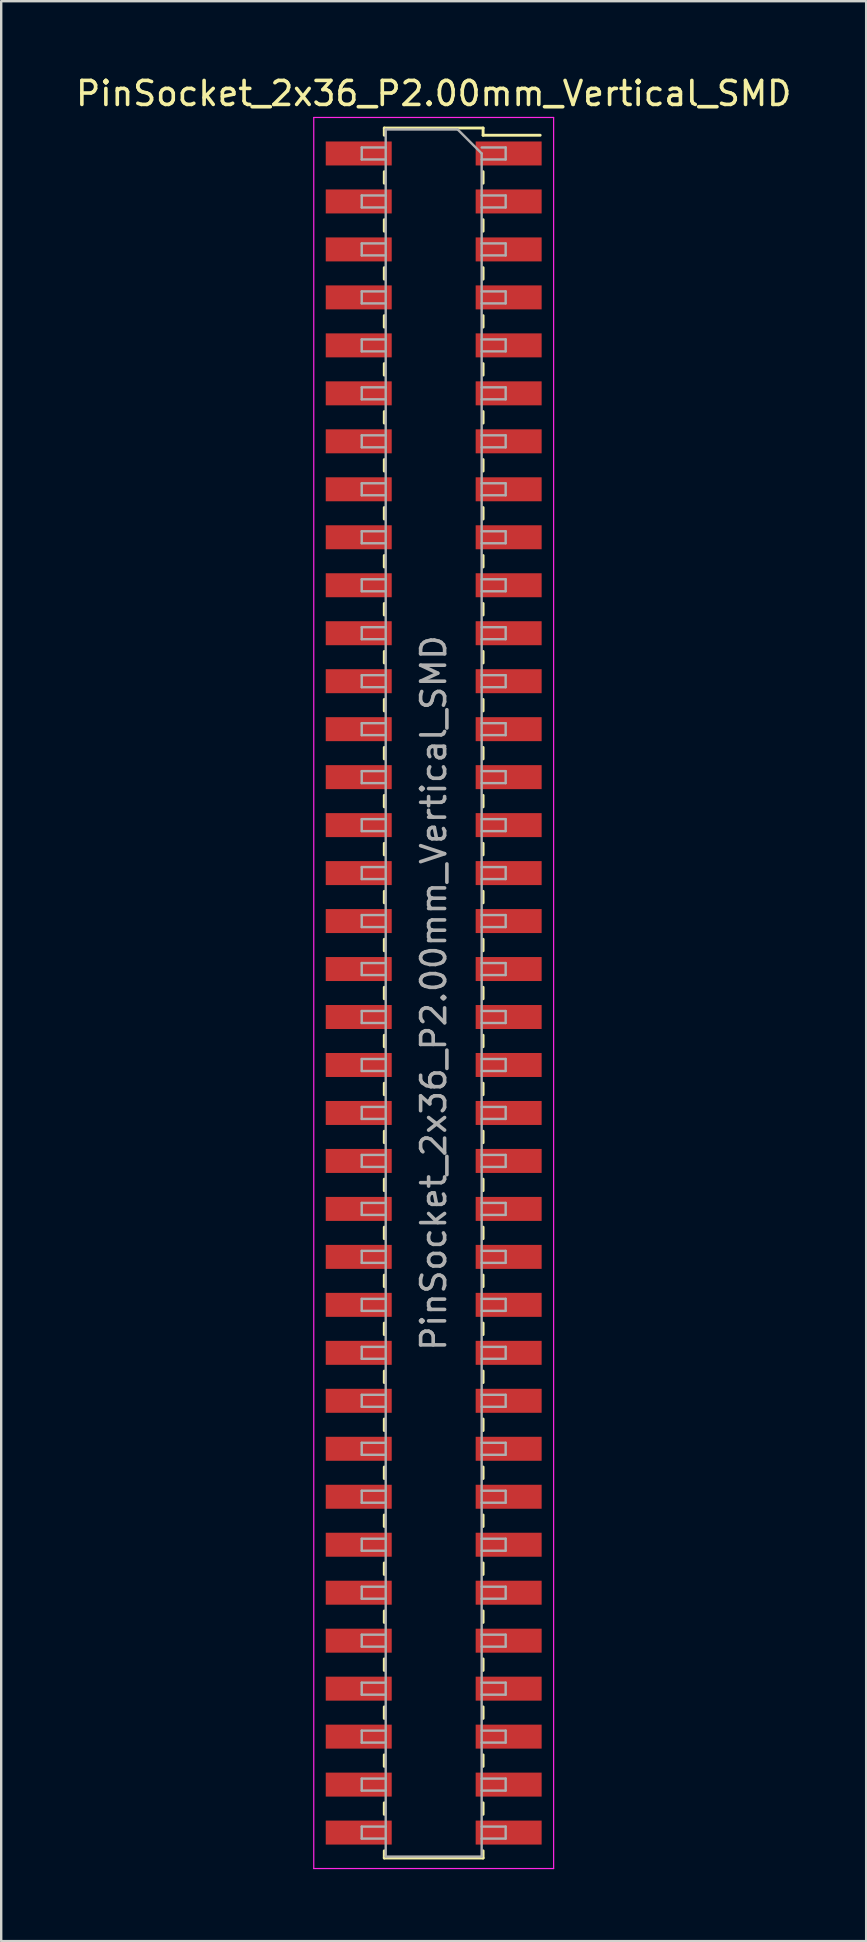
<source format=kicad_pcb>
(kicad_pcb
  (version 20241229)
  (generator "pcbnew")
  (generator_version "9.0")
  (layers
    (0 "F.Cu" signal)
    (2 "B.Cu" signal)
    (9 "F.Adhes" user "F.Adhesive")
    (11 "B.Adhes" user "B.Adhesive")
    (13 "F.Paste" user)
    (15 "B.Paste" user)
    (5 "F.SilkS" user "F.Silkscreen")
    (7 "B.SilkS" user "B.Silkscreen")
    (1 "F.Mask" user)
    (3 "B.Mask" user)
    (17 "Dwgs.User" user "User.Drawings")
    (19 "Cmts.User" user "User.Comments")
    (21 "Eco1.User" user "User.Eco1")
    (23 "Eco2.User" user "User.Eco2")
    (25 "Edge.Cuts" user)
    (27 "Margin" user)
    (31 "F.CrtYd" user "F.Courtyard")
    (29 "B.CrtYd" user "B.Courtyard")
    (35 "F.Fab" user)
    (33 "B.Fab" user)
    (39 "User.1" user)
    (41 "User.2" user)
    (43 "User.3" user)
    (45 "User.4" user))
  (footprint "PinSocket_2x36_P2.00mm_Vertical_SMD"
    (layer "F.Cu")
    (at 15.03 38.348)
    (property "Reference" "PinSocket_2x36_P2.00mm_Vertical_SMD" (at 0 -37.5 0) (layer "F.SilkS") (effects (font (size 1 1) (thickness 0.15))))
    (attr smd)
    (fp_line (start -2.06 -36.06) (end -2.06 -35.76) (stroke (width 0.12) (type solid)) (layer "F.SilkS"))
    (fp_line (start -2.06 -36.06) (end 2.06 -36.06) (stroke (width 0.12) (type solid)) (layer "F.SilkS"))
    (fp_line (start -2.06 -34.24) (end -2.06 -33.76) (stroke (width 0.12) (type solid)) (layer "F.SilkS"))
    (fp_line (start -2.06 -32.24) (end -2.06 -31.76) (stroke (width 0.12) (type solid)) (layer "F.SilkS"))
    (fp_line (start -2.06 -30.24) (end -2.06 -29.76) (stroke (width 0.12) (type solid)) (layer "F.SilkS"))
    (fp_line (start -2.06 -28.24) (end -2.06 -27.76) (stroke (width 0.12) (type solid)) (layer "F.SilkS"))
    (fp_line (start -2.06 -26.24) (end -2.06 -25.76) (stroke (width 0.12) (type solid)) (layer "F.SilkS"))
    (fp_line (start -2.06 -24.24) (end -2.06 -23.76) (stroke (width 0.12) (type solid)) (layer "F.SilkS"))
    (fp_line (start -2.06 -22.24) (end -2.06 -21.76) (stroke (width 0.12) (type solid)) (layer "F.SilkS"))
    (fp_line (start -2.06 -20.24) (end -2.06 -19.76) (stroke (width 0.12) (type solid)) (layer "F.SilkS"))
    (fp_line (start -2.06 -18.24) (end -2.06 -17.76) (stroke (width 0.12) (type solid)) (layer "F.SilkS"))
    (fp_line (start -2.06 -16.24) (end -2.06 -15.76) (stroke (width 0.12) (type solid)) (layer "F.SilkS"))
    (fp_line (start -2.06 -14.24) (end -2.06 -13.76) (stroke (width 0.12) (type solid)) (layer "F.SilkS"))
    (fp_line (start -2.06 -12.24) (end -2.06 -11.76) (stroke (width 0.12) (type solid)) (layer "F.SilkS"))
    (fp_line (start -2.06 -10.24) (end -2.06 -9.76) (stroke (width 0.12) (type solid)) (layer "F.SilkS"))
    (fp_line (start -2.06 -8.24) (end -2.06 -7.76) (stroke (width 0.12) (type solid)) (layer "F.SilkS"))
    (fp_line (start -2.06 -6.24) (end -2.06 -5.76) (stroke (width 0.12) (type solid)) (layer "F.SilkS"))
    (fp_line (start -2.06 -4.24) (end -2.06 -3.76) (stroke (width 0.12) (type solid)) (layer "F.SilkS"))
    (fp_line (start -2.06 -2.24) (end -2.06 -1.76) (stroke (width 0.12) (type solid)) (layer "F.SilkS"))
    (fp_line (start -2.06 -0.24) (end -2.06 0.24) (stroke (width 0.12) (type solid)) (layer "F.SilkS"))
    (fp_line (start -2.06 1.76) (end -2.06 2.24) (stroke (width 0.12) (type solid)) (layer "F.SilkS"))
    (fp_line (start -2.06 3.76) (end -2.06 4.24) (stroke (width 0.12) (type solid)) (layer "F.SilkS"))
    (fp_line (start -2.06 5.76) (end -2.06 6.24) (stroke (width 0.12) (type solid)) (layer "F.SilkS"))
    (fp_line (start -2.06 7.76) (end -2.06 8.24) (stroke (width 0.12) (type solid)) (layer "F.SilkS"))
    (fp_line (start -2.06 9.76) (end -2.06 10.24) (stroke (width 0.12) (type solid)) (layer "F.SilkS"))
    (fp_line (start -2.06 11.76) (end -2.06 12.24) (stroke (width 0.12) (type solid)) (layer "F.SilkS"))
    (fp_line (start -2.06 13.76) (end -2.06 14.24) (stroke (width 0.12) (type solid)) (layer "F.SilkS"))
    (fp_line (start -2.06 15.76) (end -2.06 16.24) (stroke (width 0.12) (type solid)) (layer "F.SilkS"))
    (fp_line (start -2.06 17.76) (end -2.06 18.24) (stroke (width 0.12) (type solid)) (layer "F.SilkS"))
    (fp_line (start -2.06 19.76) (end -2.06 20.24) (stroke (width 0.12) (type solid)) (layer "F.SilkS"))
    (fp_line (start -2.06 21.76) (end -2.06 22.24) (stroke (width 0.12) (type solid)) (layer "F.SilkS"))
    (fp_line (start -2.06 23.76) (end -2.06 24.24) (stroke (width 0.12) (type solid)) (layer "F.SilkS"))
    (fp_line (start -2.06 25.76) (end -2.06 26.24) (stroke (width 0.12) (type solid)) (layer "F.SilkS"))
    (fp_line (start -2.06 27.76) (end -2.06 28.24) (stroke (width 0.12) (type solid)) (layer "F.SilkS"))
    (fp_line (start -2.06 29.76) (end -2.06 30.24) (stroke (width 0.12) (type solid)) (layer "F.SilkS"))
    (fp_line (start -2.06 31.76) (end -2.06 32.24) (stroke (width 0.12) (type solid)) (layer "F.SilkS"))
    (fp_line (start -2.06 33.76) (end -2.06 34.24) (stroke (width 0.12) (type solid)) (layer "F.SilkS"))
    (fp_line (start -2.06 35.76) (end -2.06 36.06) (stroke (width 0.12) (type solid)) (layer "F.SilkS"))
    (fp_line (start -2.06 36.06) (end 2.06 36.06) (stroke (width 0.12) (type solid)) (layer "F.SilkS"))
    (fp_line (start 2.06 -36.06) (end 2.06 -35.76) (stroke (width 0.12) (type solid)) (layer "F.SilkS"))
    (fp_line (start 2.06 -35.76) (end 4.44 -35.76) (stroke (width 0.12) (type solid)) (layer "F.SilkS"))
    (fp_line (start 2.06 -34.24) (end 2.06 -33.76) (stroke (width 0.12) (type solid)) (layer "F.SilkS"))
    (fp_line (start 2.06 -32.24) (end 2.06 -31.76) (stroke (width 0.12) (type solid)) (layer "F.SilkS"))
    (fp_line (start 2.06 -30.24) (end 2.06 -29.76) (stroke (width 0.12) (type solid)) (layer "F.SilkS"))
    (fp_line (start 2.06 -28.24) (end 2.06 -27.76) (stroke (width 0.12) (type solid)) (layer "F.SilkS"))
    (fp_line (start 2.06 -26.24) (end 2.06 -25.76) (stroke (width 0.12) (type solid)) (layer "F.SilkS"))
    (fp_line (start 2.06 -24.24) (end 2.06 -23.76) (stroke (width 0.12) (type solid)) (layer "F.SilkS"))
    (fp_line (start 2.06 -22.24) (end 2.06 -21.76) (stroke (width 0.12) (type solid)) (layer "F.SilkS"))
    (fp_line (start 2.06 -20.24) (end 2.06 -19.76) (stroke (width 0.12) (type solid)) (layer "F.SilkS"))
    (fp_line (start 2.06 -18.24) (end 2.06 -17.76) (stroke (width 0.12) (type solid)) (layer "F.SilkS"))
    (fp_line (start 2.06 -16.24) (end 2.06 -15.76) (stroke (width 0.12) (type solid)) (layer "F.SilkS"))
    (fp_line (start 2.06 -14.24) (end 2.06 -13.76) (stroke (width 0.12) (type solid)) (layer "F.SilkS"))
    (fp_line (start 2.06 -12.24) (end 2.06 -11.76) (stroke (width 0.12) (type solid)) (layer "F.SilkS"))
    (fp_line (start 2.06 -10.24) (end 2.06 -9.76) (stroke (width 0.12) (type solid)) (layer "F.SilkS"))
    (fp_line (start 2.06 -8.24) (end 2.06 -7.76) (stroke (width 0.12) (type solid)) (layer "F.SilkS"))
    (fp_line (start 2.06 -6.24) (end 2.06 -5.76) (stroke (width 0.12) (type solid)) (layer "F.SilkS"))
    (fp_line (start 2.06 -4.24) (end 2.06 -3.76) (stroke (width 0.12) (type solid)) (layer "F.SilkS"))
    (fp_line (start 2.06 -2.24) (end 2.06 -1.76) (stroke (width 0.12) (type solid)) (layer "F.SilkS"))
    (fp_line (start 2.06 -0.24) (end 2.06 0.24) (stroke (width 0.12) (type solid)) (layer "F.SilkS"))
    (fp_line (start 2.06 1.76) (end 2.06 2.24) (stroke (width 0.12) (type solid)) (layer "F.SilkS"))
    (fp_line (start 2.06 3.76) (end 2.06 4.24) (stroke (width 0.12) (type solid)) (layer "F.SilkS"))
    (fp_line (start 2.06 5.76) (end 2.06 6.24) (stroke (width 0.12) (type solid)) (layer "F.SilkS"))
    (fp_line (start 2.06 7.76) (end 2.06 8.24) (stroke (width 0.12) (type solid)) (layer "F.SilkS"))
    (fp_line (start 2.06 9.76) (end 2.06 10.24) (stroke (width 0.12) (type solid)) (layer "F.SilkS"))
    (fp_line (start 2.06 11.76) (end 2.06 12.24) (stroke (width 0.12) (type solid)) (layer "F.SilkS"))
    (fp_line (start 2.06 13.76) (end 2.06 14.24) (stroke (width 0.12) (type solid)) (layer "F.SilkS"))
    (fp_line (start 2.06 15.76) (end 2.06 16.24) (stroke (width 0.12) (type solid)) (layer "F.SilkS"))
    (fp_line (start 2.06 17.76) (end 2.06 18.24) (stroke (width 0.12) (type solid)) (layer "F.SilkS"))
    (fp_line (start 2.06 19.76) (end 2.06 20.24) (stroke (width 0.12) (type solid)) (layer "F.SilkS"))
    (fp_line (start 2.06 21.76) (end 2.06 22.24) (stroke (width 0.12) (type solid)) (layer "F.SilkS"))
    (fp_line (start 2.06 23.76) (end 2.06 24.24) (stroke (width 0.12) (type solid)) (layer "F.SilkS"))
    (fp_line (start 2.06 25.76) (end 2.06 26.24) (stroke (width 0.12) (type solid)) (layer "F.SilkS"))
    (fp_line (start 2.06 27.76) (end 2.06 28.24) (stroke (width 0.12) (type solid)) (layer "F.SilkS"))
    (fp_line (start 2.06 29.76) (end 2.06 30.24) (stroke (width 0.12) (type solid)) (layer "F.SilkS"))
    (fp_line (start 2.06 31.76) (end 2.06 32.24) (stroke (width 0.12) (type solid)) (layer "F.SilkS"))
    (fp_line (start 2.06 33.76) (end 2.06 34.24) (stroke (width 0.12) (type solid)) (layer "F.SilkS"))
    (fp_line (start 2.06 35.76) (end 2.06 36.06) (stroke (width 0.12) (type solid)) (layer "F.SilkS"))
    (fp_line (start -5 -36.5) (end 5 -36.5) (stroke (width 0.05) (type solid)) (layer "F.CrtYd"))
    (fp_line (start -5 36.5) (end -5 -36.5) (stroke (width 0.05) (type solid)) (layer "F.CrtYd"))
    (fp_line (start 5 -36.5) (end 5 36.5) (stroke (width 0.05) (type solid)) (layer "F.CrtYd"))
    (fp_line (start 5 36.5) (end -5 36.5) (stroke (width 0.05) (type solid)) (layer "F.CrtYd"))
    (fp_line (start -3 -35.25) (end -2 -35.25) (stroke (width 0.1) (type solid)) (layer "F.Fab"))
    (fp_line (start -3 -34.75) (end -3 -35.25) (stroke (width 0.1) (type solid)) (layer "F.Fab"))
    (fp_line (start -3 -33.25) (end -2 -33.25) (stroke (width 0.1) (type solid)) (layer "F.Fab"))
    (fp_line (start -3 -32.75) (end -3 -33.25) (stroke (width 0.1) (type solid)) (layer "F.Fab"))
    (fp_line (start -3 -31.25) (end -2 -31.25) (stroke (width 0.1) (type solid)) (layer "F.Fab"))
    (fp_line (start -3 -30.75) (end -3 -31.25) (stroke (width 0.1) (type solid)) (layer "F.Fab"))
    (fp_line (start -3 -29.25) (end -2 -29.25) (stroke (width 0.1) (type solid)) (layer "F.Fab"))
    (fp_line (start -3 -28.75) (end -3 -29.25) (stroke (width 0.1) (type solid)) (layer "F.Fab"))
    (fp_line (start -3 -27.25) (end -2 -27.25) (stroke (width 0.1) (type solid)) (layer "F.Fab"))
    (fp_line (start -3 -26.75) (end -3 -27.25) (stroke (width 0.1) (type solid)) (layer "F.Fab"))
    (fp_line (start -3 -25.25) (end -2 -25.25) (stroke (width 0.1) (type solid)) (layer "F.Fab"))
    (fp_line (start -3 -24.75) (end -3 -25.25) (stroke (width 0.1) (type solid)) (layer "F.Fab"))
    (fp_line (start -3 -23.25) (end -2 -23.25) (stroke (width 0.1) (type solid)) (layer "F.Fab"))
    (fp_line (start -3 -22.75) (end -3 -23.25) (stroke (width 0.1) (type solid)) (layer "F.Fab"))
    (fp_line (start -3 -21.25) (end -2 -21.25) (stroke (width 0.1) (type solid)) (layer "F.Fab"))
    (fp_line (start -3 -20.75) (end -3 -21.25) (stroke (width 0.1) (type solid)) (layer "F.Fab"))
    (fp_line (start -3 -19.25) (end -2 -19.25) (stroke (width 0.1) (type solid)) (layer "F.Fab"))
    (fp_line (start -3 -18.75) (end -3 -19.25) (stroke (width 0.1) (type solid)) (layer "F.Fab"))
    (fp_line (start -3 -17.25) (end -2 -17.25) (stroke (width 0.1) (type solid)) (layer "F.Fab"))
    (fp_line (start -3 -16.75) (end -3 -17.25) (stroke (width 0.1) (type solid)) (layer "F.Fab"))
    (fp_line (start -3 -15.25) (end -2 -15.25) (stroke (width 0.1) (type solid)) (layer "F.Fab"))
    (fp_line (start -3 -14.75) (end -3 -15.25) (stroke (width 0.1) (type solid)) (layer "F.Fab"))
    (fp_line (start -3 -13.25) (end -2 -13.25) (stroke (width 0.1) (type solid)) (layer "F.Fab"))
    (fp_line (start -3 -12.75) (end -3 -13.25) (stroke (width 0.1) (type solid)) (layer "F.Fab"))
    (fp_line (start -3 -11.25) (end -2 -11.25) (stroke (width 0.1) (type solid)) (layer "F.Fab"))
    (fp_line (start -3 -10.75) (end -3 -11.25) (stroke (width 0.1) (type solid)) (layer "F.Fab"))
    (fp_line (start -3 -9.25) (end -2 -9.25) (stroke (width 0.1) (type solid)) (layer "F.Fab"))
    (fp_line (start -3 -8.75) (end -3 -9.25) (stroke (width 0.1) (type solid)) (layer "F.Fab"))
    (fp_line (start -3 -7.25) (end -2 -7.25) (stroke (width 0.1) (type solid)) (layer "F.Fab"))
    (fp_line (start -3 -6.75) (end -3 -7.25) (stroke (width 0.1) (type solid)) (layer "F.Fab"))
    (fp_line (start -3 -5.25) (end -2 -5.25) (stroke (width 0.1) (type solid)) (layer "F.Fab"))
    (fp_line (start -3 -4.75) (end -3 -5.25) (stroke (width 0.1) (type solid)) (layer "F.Fab"))
    (fp_line (start -3 -3.25) (end -2 -3.25) (stroke (width 0.1) (type solid)) (layer "F.Fab"))
    (fp_line (start -3 -2.75) (end -3 -3.25) (stroke (width 0.1) (type solid)) (layer "F.Fab"))
    (fp_line (start -3 -1.25) (end -2 -1.25) (stroke (width 0.1) (type solid)) (layer "F.Fab"))
    (fp_line (start -3 -0.75) (end -3 -1.25) (stroke (width 0.1) (type solid)) (layer "F.Fab"))
    (fp_line (start -3 0.75) (end -2 0.75) (stroke (width 0.1) (type solid)) (layer "F.Fab"))
    (fp_line (start -3 1.25) (end -3 0.75) (stroke (width 0.1) (type solid)) (layer "F.Fab"))
    (fp_line (start -3 2.75) (end -2 2.75) (stroke (width 0.1) (type solid)) (layer "F.Fab"))
    (fp_line (start -3 3.25) (end -3 2.75) (stroke (width 0.1) (type solid)) (layer "F.Fab"))
    (fp_line (start -3 4.75) (end -2 4.75) (stroke (width 0.1) (type solid)) (layer "F.Fab"))
    (fp_line (start -3 5.25) (end -3 4.75) (stroke (width 0.1) (type solid)) (layer "F.Fab"))
    (fp_line (start -3 6.75) (end -2 6.75) (stroke (width 0.1) (type solid)) (layer "F.Fab"))
    (fp_line (start -3 7.25) (end -3 6.75) (stroke (width 0.1) (type solid)) (layer "F.Fab"))
    (fp_line (start -3 8.75) (end -2 8.75) (stroke (width 0.1) (type solid)) (layer "F.Fab"))
    (fp_line (start -3 9.25) (end -3 8.75) (stroke (width 0.1) (type solid)) (layer "F.Fab"))
    (fp_line (start -3 10.75) (end -2 10.75) (stroke (width 0.1) (type solid)) (layer "F.Fab"))
    (fp_line (start -3 11.25) (end -3 10.75) (stroke (width 0.1) (type solid)) (layer "F.Fab"))
    (fp_line (start -3 12.75) (end -2 12.75) (stroke (width 0.1) (type solid)) (layer "F.Fab"))
    (fp_line (start -3 13.25) (end -3 12.75) (stroke (width 0.1) (type solid)) (layer "F.Fab"))
    (fp_line (start -3 14.75) (end -2 14.75) (stroke (width 0.1) (type solid)) (layer "F.Fab"))
    (fp_line (start -3 15.25) (end -3 14.75) (stroke (width 0.1) (type solid)) (layer "F.Fab"))
    (fp_line (start -3 16.75) (end -2 16.75) (stroke (width 0.1) (type solid)) (layer "F.Fab"))
    (fp_line (start -3 17.25) (end -3 16.75) (stroke (width 0.1) (type solid)) (layer "F.Fab"))
    (fp_line (start -3 18.75) (end -2 18.75) (stroke (width 0.1) (type solid)) (layer "F.Fab"))
    (fp_line (start -3 19.25) (end -3 18.75) (stroke (width 0.1) (type solid)) (layer "F.Fab"))
    (fp_line (start -3 20.75) (end -2 20.75) (stroke (width 0.1) (type solid)) (layer "F.Fab"))
    (fp_line (start -3 21.25) (end -3 20.75) (stroke (width 0.1) (type solid)) (layer "F.Fab"))
    (fp_line (start -3 22.75) (end -2 22.75) (stroke (width 0.1) (type solid)) (layer "F.Fab"))
    (fp_line (start -3 23.25) (end -3 22.75) (stroke (width 0.1) (type solid)) (layer "F.Fab"))
    (fp_line (start -3 24.75) (end -2 24.75) (stroke (width 0.1) (type solid)) (layer "F.Fab"))
    (fp_line (start -3 25.25) (end -3 24.75) (stroke (width 0.1) (type solid)) (layer "F.Fab"))
    (fp_line (start -3 26.75) (end -2 26.75) (stroke (width 0.1) (type solid)) (layer "F.Fab"))
    (fp_line (start -3 27.25) (end -3 26.75) (stroke (width 0.1) (type solid)) (layer "F.Fab"))
    (fp_line (start -3 28.75) (end -2 28.75) (stroke (width 0.1) (type solid)) (layer "F.Fab"))
    (fp_line (start -3 29.25) (end -3 28.75) (stroke (width 0.1) (type solid)) (layer "F.Fab"))
    (fp_line (start -3 30.75) (end -2 30.75) (stroke (width 0.1) (type solid)) (layer "F.Fab"))
    (fp_line (start -3 31.25) (end -3 30.75) (stroke (width 0.1) (type solid)) (layer "F.Fab"))
    (fp_line (start -3 32.75) (end -2 32.75) (stroke (width 0.1) (type solid)) (layer "F.Fab"))
    (fp_line (start -3 33.25) (end -3 32.75) (stroke (width 0.1) (type solid)) (layer "F.Fab"))
    (fp_line (start -3 34.75) (end -2 34.75) (stroke (width 0.1) (type solid)) (layer "F.Fab"))
    (fp_line (start -3 35.25) (end -3 34.75) (stroke (width 0.1) (type solid)) (layer "F.Fab"))
    (fp_line (start -2 -36) (end 1 -36) (stroke (width 0.1) (type solid)) (layer "F.Fab"))
    (fp_line (start -2 -34.75) (end -3 -34.75) (stroke (width 0.1) (type solid)) (layer "F.Fab"))
    (fp_line (start -2 -32.75) (end -3 -32.75) (stroke (width 0.1) (type solid)) (layer "F.Fab"))
    (fp_line (start -2 -30.75) (end -3 -30.75) (stroke (width 0.1) (type solid)) (layer "F.Fab"))
    (fp_line (start -2 -28.75) (end -3 -28.75) (stroke (width 0.1) (type solid)) (layer "F.Fab"))
    (fp_line (start -2 -26.75) (end -3 -26.75) (stroke (width 0.1) (type solid)) (layer "F.Fab"))
    (fp_line (start -2 -24.75) (end -3 -24.75) (stroke (width 0.1) (type solid)) (layer "F.Fab"))
    (fp_line (start -2 -22.75) (end -3 -22.75) (stroke (width 0.1) (type solid)) (layer "F.Fab"))
    (fp_line (start -2 -20.75) (end -3 -20.75) (stroke (width 0.1) (type solid)) (layer "F.Fab"))
    (fp_line (start -2 -18.75) (end -3 -18.75) (stroke (width 0.1) (type solid)) (layer "F.Fab"))
    (fp_line (start -2 -16.75) (end -3 -16.75) (stroke (width 0.1) (type solid)) (layer "F.Fab"))
    (fp_line (start -2 -14.75) (end -3 -14.75) (stroke (width 0.1) (type solid)) (layer "F.Fab"))
    (fp_line (start -2 -12.75) (end -3 -12.75) (stroke (width 0.1) (type solid)) (layer "F.Fab"))
    (fp_line (start -2 -10.75) (end -3 -10.75) (stroke (width 0.1) (type solid)) (layer "F.Fab"))
    (fp_line (start -2 -8.75) (end -3 -8.75) (stroke (width 0.1) (type solid)) (layer "F.Fab"))
    (fp_line (start -2 -6.75) (end -3 -6.75) (stroke (width 0.1) (type solid)) (layer "F.Fab"))
    (fp_line (start -2 -4.75) (end -3 -4.75) (stroke (width 0.1) (type solid)) (layer "F.Fab"))
    (fp_line (start -2 -2.75) (end -3 -2.75) (stroke (width 0.1) (type solid)) (layer "F.Fab"))
    (fp_line (start -2 -0.75) (end -3 -0.75) (stroke (width 0.1) (type solid)) (layer "F.Fab"))
    (fp_line (start -2 1.25) (end -3 1.25) (stroke (width 0.1) (type solid)) (layer "F.Fab"))
    (fp_line (start -2 3.25) (end -3 3.25) (stroke (width 0.1) (type solid)) (layer "F.Fab"))
    (fp_line (start -2 5.25) (end -3 5.25) (stroke (width 0.1) (type solid)) (layer "F.Fab"))
    (fp_line (start -2 7.25) (end -3 7.25) (stroke (width 0.1) (type solid)) (layer "F.Fab"))
    (fp_line (start -2 9.25) (end -3 9.25) (stroke (width 0.1) (type solid)) (layer "F.Fab"))
    (fp_line (start -2 11.25) (end -3 11.25) (stroke (width 0.1) (type solid)) (layer "F.Fab"))
    (fp_line (start -2 13.25) (end -3 13.25) (stroke (width 0.1) (type solid)) (layer "F.Fab"))
    (fp_line (start -2 15.25) (end -3 15.25) (stroke (width 0.1) (type solid)) (layer "F.Fab"))
    (fp_line (start -2 17.25) (end -3 17.25) (stroke (width 0.1) (type solid)) (layer "F.Fab"))
    (fp_line (start -2 19.25) (end -3 19.25) (stroke (width 0.1) (type solid)) (layer "F.Fab"))
    (fp_line (start -2 21.25) (end -3 21.25) (stroke (width 0.1) (type solid)) (layer "F.Fab"))
    (fp_line (start -2 23.25) (end -3 23.25) (stroke (width 0.1) (type solid)) (layer "F.Fab"))
    (fp_line (start -2 25.25) (end -3 25.25) (stroke (width 0.1) (type solid)) (layer "F.Fab"))
    (fp_line (start -2 27.25) (end -3 27.25) (stroke (width 0.1) (type solid)) (layer "F.Fab"))
    (fp_line (start -2 29.25) (end -3 29.25) (stroke (width 0.1) (type solid)) (layer "F.Fab"))
    (fp_line (start -2 31.25) (end -3 31.25) (stroke (width 0.1) (type solid)) (layer "F.Fab"))
    (fp_line (start -2 33.25) (end -3 33.25) (stroke (width 0.1) (type solid)) (layer "F.Fab"))
    (fp_line (start -2 35.25) (end -3 35.25) (stroke (width 0.1) (type solid)) (layer "F.Fab"))
    (fp_line (start -2 36) (end -2 -36) (stroke (width 0.1) (type solid)) (layer "F.Fab"))
    (fp_line (start 1 -36) (end 2 -35) (stroke (width 0.1) (type solid)) (layer "F.Fab"))
    (fp_line (start 2 -35.25) (end 3 -35.25) (stroke (width 0.1) (type solid)) (layer "F.Fab"))
    (fp_line (start 2 -35) (end 2 36) (stroke (width 0.1) (type solid)) (layer "F.Fab"))
    (fp_line (start 2 -33.25) (end 3 -33.25) (stroke (width 0.1) (type solid)) (layer "F.Fab"))
    (fp_line (start 2 -31.25) (end 3 -31.25) (stroke (width 0.1) (type solid)) (layer "F.Fab"))
    (fp_line (start 2 -29.25) (end 3 -29.25) (stroke (width 0.1) (type solid)) (layer "F.Fab"))
    (fp_line (start 2 -27.25) (end 3 -27.25) (stroke (width 0.1) (type solid)) (layer "F.Fab"))
    (fp_line (start 2 -25.25) (end 3 -25.25) (stroke (width 0.1) (type solid)) (layer "F.Fab"))
    (fp_line (start 2 -23.25) (end 3 -23.25) (stroke (width 0.1) (type solid)) (layer "F.Fab"))
    (fp_line (start 2 -21.25) (end 3 -21.25) (stroke (width 0.1) (type solid)) (layer "F.Fab"))
    (fp_line (start 2 -19.25) (end 3 -19.25) (stroke (width 0.1) (type solid)) (layer "F.Fab"))
    (fp_line (start 2 -17.25) (end 3 -17.25) (stroke (width 0.1) (type solid)) (layer "F.Fab"))
    (fp_line (start 2 -15.25) (end 3 -15.25) (stroke (width 0.1) (type solid)) (layer "F.Fab"))
    (fp_line (start 2 -13.25) (end 3 -13.25) (stroke (width 0.1) (type solid)) (layer "F.Fab"))
    (fp_line (start 2 -11.25) (end 3 -11.25) (stroke (width 0.1) (type solid)) (layer "F.Fab"))
    (fp_line (start 2 -9.25) (end 3 -9.25) (stroke (width 0.1) (type solid)) (layer "F.Fab"))
    (fp_line (start 2 -7.25) (end 3 -7.25) (stroke (width 0.1) (type solid)) (layer "F.Fab"))
    (fp_line (start 2 -5.25) (end 3 -5.25) (stroke (width 0.1) (type solid)) (layer "F.Fab"))
    (fp_line (start 2 -3.25) (end 3 -3.25) (stroke (width 0.1) (type solid)) (layer "F.Fab"))
    (fp_line (start 2 -1.25) (end 3 -1.25) (stroke (width 0.1) (type solid)) (layer "F.Fab"))
    (fp_line (start 2 0.75) (end 3 0.75) (stroke (width 0.1) (type solid)) (layer "F.Fab"))
    (fp_line (start 2 2.75) (end 3 2.75) (stroke (width 0.1) (type solid)) (layer "F.Fab"))
    (fp_line (start 2 4.75) (end 3 4.75) (stroke (width 0.1) (type solid)) (layer "F.Fab"))
    (fp_line (start 2 6.75) (end 3 6.75) (stroke (width 0.1) (type solid)) (layer "F.Fab"))
    (fp_line (start 2 8.75) (end 3 8.75) (stroke (width 0.1) (type solid)) (layer "F.Fab"))
    (fp_line (start 2 10.75) (end 3 10.75) (stroke (width 0.1) (type solid)) (layer "F.Fab"))
    (fp_line (start 2 12.75) (end 3 12.75) (stroke (width 0.1) (type solid)) (layer "F.Fab"))
    (fp_line (start 2 14.75) (end 3 14.75) (stroke (width 0.1) (type solid)) (layer "F.Fab"))
    (fp_line (start 2 16.75) (end 3 16.75) (stroke (width 0.1) (type solid)) (layer "F.Fab"))
    (fp_line (start 2 18.75) (end 3 18.75) (stroke (width 0.1) (type solid)) (layer "F.Fab"))
    (fp_line (start 2 20.75) (end 3 20.75) (stroke (width 0.1) (type solid)) (layer "F.Fab"))
    (fp_line (start 2 22.75) (end 3 22.75) (stroke (width 0.1) (type solid)) (layer "F.Fab"))
    (fp_line (start 2 24.75) (end 3 24.75) (stroke (width 0.1) (type solid)) (layer "F.Fab"))
    (fp_line (start 2 26.75) (end 3 26.75) (stroke (width 0.1) (type solid)) (layer "F.Fab"))
    (fp_line (start 2 28.75) (end 3 28.75) (stroke (width 0.1) (type solid)) (layer "F.Fab"))
    (fp_line (start 2 30.75) (end 3 30.75) (stroke (width 0.1) (type solid)) (layer "F.Fab"))
    (fp_line (start 2 32.75) (end 3 32.75) (stroke (width 0.1) (type solid)) (layer "F.Fab"))
    (fp_line (start 2 34.75) (end 3 34.75) (stroke (width 0.1) (type solid)) (layer "F.Fab"))
    (fp_line (start 2 36) (end -2 36) (stroke (width 0.1) (type solid)) (layer "F.Fab"))
    (fp_line (start 3 -35.25) (end 3 -34.75) (stroke (width 0.1) (type solid)) (layer "F.Fab"))
    (fp_line (start 3 -34.75) (end 2 -34.75) (stroke (width 0.1) (type solid)) (layer "F.Fab"))
    (fp_line (start 3 -33.25) (end 3 -32.75) (stroke (width 0.1) (type solid)) (layer "F.Fab"))
    (fp_line (start 3 -32.75) (end 2 -32.75) (stroke (width 0.1) (type solid)) (layer "F.Fab"))
    (fp_line (start 3 -31.25) (end 3 -30.75) (stroke (width 0.1) (type solid)) (layer "F.Fab"))
    (fp_line (start 3 -30.75) (end 2 -30.75) (stroke (width 0.1) (type solid)) (layer "F.Fab"))
    (fp_line (start 3 -29.25) (end 3 -28.75) (stroke (width 0.1) (type solid)) (layer "F.Fab"))
    (fp_line (start 3 -28.75) (end 2 -28.75) (stroke (width 0.1) (type solid)) (layer "F.Fab"))
    (fp_line (start 3 -27.25) (end 3 -26.75) (stroke (width 0.1) (type solid)) (layer "F.Fab"))
    (fp_line (start 3 -26.75) (end 2 -26.75) (stroke (width 0.1) (type solid)) (layer "F.Fab"))
    (fp_line (start 3 -25.25) (end 3 -24.75) (stroke (width 0.1) (type solid)) (layer "F.Fab"))
    (fp_line (start 3 -24.75) (end 2 -24.75) (stroke (width 0.1) (type solid)) (layer "F.Fab"))
    (fp_line (start 3 -23.25) (end 3 -22.75) (stroke (width 0.1) (type solid)) (layer "F.Fab"))
    (fp_line (start 3 -22.75) (end 2 -22.75) (stroke (width 0.1) (type solid)) (layer "F.Fab"))
    (fp_line (start 3 -21.25) (end 3 -20.75) (stroke (width 0.1) (type solid)) (layer "F.Fab"))
    (fp_line (start 3 -20.75) (end 2 -20.75) (stroke (width 0.1) (type solid)) (layer "F.Fab"))
    (fp_line (start 3 -19.25) (end 3 -18.75) (stroke (width 0.1) (type solid)) (layer "F.Fab"))
    (fp_line (start 3 -18.75) (end 2 -18.75) (stroke (width 0.1) (type solid)) (layer "F.Fab"))
    (fp_line (start 3 -17.25) (end 3 -16.75) (stroke (width 0.1) (type solid)) (layer "F.Fab"))
    (fp_line (start 3 -16.75) (end 2 -16.75) (stroke (width 0.1) (type solid)) (layer "F.Fab"))
    (fp_line (start 3 -15.25) (end 3 -14.75) (stroke (width 0.1) (type solid)) (layer "F.Fab"))
    (fp_line (start 3 -14.75) (end 2 -14.75) (stroke (width 0.1) (type solid)) (layer "F.Fab"))
    (fp_line (start 3 -13.25) (end 3 -12.75) (stroke (width 0.1) (type solid)) (layer "F.Fab"))
    (fp_line (start 3 -12.75) (end 2 -12.75) (stroke (width 0.1) (type solid)) (layer "F.Fab"))
    (fp_line (start 3 -11.25) (end 3 -10.75) (stroke (width 0.1) (type solid)) (layer "F.Fab"))
    (fp_line (start 3 -10.75) (end 2 -10.75) (stroke (width 0.1) (type solid)) (layer "F.Fab"))
    (fp_line (start 3 -9.25) (end 3 -8.75) (stroke (width 0.1) (type solid)) (layer "F.Fab"))
    (fp_line (start 3 -8.75) (end 2 -8.75) (stroke (width 0.1) (type solid)) (layer "F.Fab"))
    (fp_line (start 3 -7.25) (end 3 -6.75) (stroke (width 0.1) (type solid)) (layer "F.Fab"))
    (fp_line (start 3 -6.75) (end 2 -6.75) (stroke (width 0.1) (type solid)) (layer "F.Fab"))
    (fp_line (start 3 -5.25) (end 3 -4.75) (stroke (width 0.1) (type solid)) (layer "F.Fab"))
    (fp_line (start 3 -4.75) (end 2 -4.75) (stroke (width 0.1) (type solid)) (layer "F.Fab"))
    (fp_line (start 3 -3.25) (end 3 -2.75) (stroke (width 0.1) (type solid)) (layer "F.Fab"))
    (fp_line (start 3 -2.75) (end 2 -2.75) (stroke (width 0.1) (type solid)) (layer "F.Fab"))
    (fp_line (start 3 -1.25) (end 3 -0.75) (stroke (width 0.1) (type solid)) (layer "F.Fab"))
    (fp_line (start 3 -0.75) (end 2 -0.75) (stroke (width 0.1) (type solid)) (layer "F.Fab"))
    (fp_line (start 3 0.75) (end 3 1.25) (stroke (width 0.1) (type solid)) (layer "F.Fab"))
    (fp_line (start 3 1.25) (end 2 1.25) (stroke (width 0.1) (type solid)) (layer "F.Fab"))
    (fp_line (start 3 2.75) (end 3 3.25) (stroke (width 0.1) (type solid)) (layer "F.Fab"))
    (fp_line (start 3 3.25) (end 2 3.25) (stroke (width 0.1) (type solid)) (layer "F.Fab"))
    (fp_line (start 3 4.75) (end 3 5.25) (stroke (width 0.1) (type solid)) (layer "F.Fab"))
    (fp_line (start 3 5.25) (end 2 5.25) (stroke (width 0.1) (type solid)) (layer "F.Fab"))
    (fp_line (start 3 6.75) (end 3 7.25) (stroke (width 0.1) (type solid)) (layer "F.Fab"))
    (fp_line (start 3 7.25) (end 2 7.25) (stroke (width 0.1) (type solid)) (layer "F.Fab"))
    (fp_line (start 3 8.75) (end 3 9.25) (stroke (width 0.1) (type solid)) (layer "F.Fab"))
    (fp_line (start 3 9.25) (end 2 9.25) (stroke (width 0.1) (type solid)) (layer "F.Fab"))
    (fp_line (start 3 10.75) (end 3 11.25) (stroke (width 0.1) (type solid)) (layer "F.Fab"))
    (fp_line (start 3 11.25) (end 2 11.25) (stroke (width 0.1) (type solid)) (layer "F.Fab"))
    (fp_line (start 3 12.75) (end 3 13.25) (stroke (width 0.1) (type solid)) (layer "F.Fab"))
    (fp_line (start 3 13.25) (end 2 13.25) (stroke (width 0.1) (type solid)) (layer "F.Fab"))
    (fp_line (start 3 14.75) (end 3 15.25) (stroke (width 0.1) (type solid)) (layer "F.Fab"))
    (fp_line (start 3 15.25) (end 2 15.25) (stroke (width 0.1) (type solid)) (layer "F.Fab"))
    (fp_line (start 3 16.75) (end 3 17.25) (stroke (width 0.1) (type solid)) (layer "F.Fab"))
    (fp_line (start 3 17.25) (end 2 17.25) (stroke (width 0.1) (type solid)) (layer "F.Fab"))
    (fp_line (start 3 18.75) (end 3 19.25) (stroke (width 0.1) (type solid)) (layer "F.Fab"))
    (fp_line (start 3 19.25) (end 2 19.25) (stroke (width 0.1) (type solid)) (layer "F.Fab"))
    (fp_line (start 3 20.75) (end 3 21.25) (stroke (width 0.1) (type solid)) (layer "F.Fab"))
    (fp_line (start 3 21.25) (end 2 21.25) (stroke (width 0.1) (type solid)) (layer "F.Fab"))
    (fp_line (start 3 22.75) (end 3 23.25) (stroke (width 0.1) (type solid)) (layer "F.Fab"))
    (fp_line (start 3 23.25) (end 2 23.25) (stroke (width 0.1) (type solid)) (layer "F.Fab"))
    (fp_line (start 3 24.75) (end 3 25.25) (stroke (width 0.1) (type solid)) (layer "F.Fab"))
    (fp_line (start 3 25.25) (end 2 25.25) (stroke (width 0.1) (type solid)) (layer "F.Fab"))
    (fp_line (start 3 26.75) (end 3 27.25) (stroke (width 0.1) (type solid)) (layer "F.Fab"))
    (fp_line (start 3 27.25) (end 2 27.25) (stroke (width 0.1) (type solid)) (layer "F.Fab"))
    (fp_line (start 3 28.75) (end 3 29.25) (stroke (width 0.1) (type solid)) (layer "F.Fab"))
    (fp_line (start 3 29.25) (end 2 29.25) (stroke (width 0.1) (type solid)) (layer "F.Fab"))
    (fp_line (start 3 30.75) (end 3 31.25) (stroke (width 0.1) (type solid)) (layer "F.Fab"))
    (fp_line (start 3 31.25) (end 2 31.25) (stroke (width 0.1) (type solid)) (layer "F.Fab"))
    (fp_line (start 3 32.75) (end 3 33.25) (stroke (width 0.1) (type solid)) (layer "F.Fab"))
    (fp_line (start 3 33.25) (end 2 33.25) (stroke (width 0.1) (type solid)) (layer "F.Fab"))
    (fp_line (start 3 34.75) (end 3 35.25) (stroke (width 0.1) (type solid)) (layer "F.Fab"))
    (fp_line (start 3 35.25) (end 2 35.25) (stroke (width 0.1) (type solid)) (layer "F.Fab"))
    (fp_text user "${REFERENCE}" (at 0 0 90) (layer "F.Fab") (effects (font (size 1 1) (thickness 0.15))))
    (pad "1" smd rect (at 3.125 -35) (size 2.75 1) (layers "F.Cu" "F.Mask" "F.Paste"))
    (pad "2" smd rect (at -3.125 -35) (size 2.75 1) (layers "F.Cu" "F.Mask" "F.Paste"))
    (pad "3" smd rect (at 3.125 -33) (size 2.75 1) (layers "F.Cu" "F.Mask" "F.Paste"))
    (pad "4" smd rect (at -3.125 -33) (size 2.75 1) (layers "F.Cu" "F.Mask" "F.Paste"))
    (pad "5" smd rect (at 3.125 -31) (size 2.75 1) (layers "F.Cu" "F.Mask" "F.Paste"))
    (pad "6" smd rect (at -3.125 -31) (size 2.75 1) (layers "F.Cu" "F.Mask" "F.Paste"))
    (pad "7" smd rect (at 3.125 -29) (size 2.75 1) (layers "F.Cu" "F.Mask" "F.Paste"))
    (pad "8" smd rect (at -3.125 -29) (size 2.75 1) (layers "F.Cu" "F.Mask" "F.Paste"))
    (pad "9" smd rect (at 3.125 -27) (size 2.75 1) (layers "F.Cu" "F.Mask" "F.Paste"))
    (pad "10" smd rect (at -3.125 -27) (size 2.75 1) (layers "F.Cu" "F.Mask" "F.Paste"))
    (pad "11" smd rect (at 3.125 -25) (size 2.75 1) (layers "F.Cu" "F.Mask" "F.Paste"))
    (pad "12" smd rect (at -3.125 -25) (size 2.75 1) (layers "F.Cu" "F.Mask" "F.Paste"))
    (pad "13" smd rect (at 3.125 -23) (size 2.75 1) (layers "F.Cu" "F.Mask" "F.Paste"))
    (pad "14" smd rect (at -3.125 -23) (size 2.75 1) (layers "F.Cu" "F.Mask" "F.Paste"))
    (pad "15" smd rect (at 3.125 -21) (size 2.75 1) (layers "F.Cu" "F.Mask" "F.Paste"))
    (pad "16" smd rect (at -3.125 -21) (size 2.75 1) (layers "F.Cu" "F.Mask" "F.Paste"))
    (pad "17" smd rect (at 3.125 -19) (size 2.75 1) (layers "F.Cu" "F.Mask" "F.Paste"))
    (pad "18" smd rect (at -3.125 -19) (size 2.75 1) (layers "F.Cu" "F.Mask" "F.Paste"))
    (pad "19" smd rect (at 3.125 -17) (size 2.75 1) (layers "F.Cu" "F.Mask" "F.Paste"))
    (pad "20" smd rect (at -3.125 -17) (size 2.75 1) (layers "F.Cu" "F.Mask" "F.Paste"))
    (pad "21" smd rect (at 3.125 -15) (size 2.75 1) (layers "F.Cu" "F.Mask" "F.Paste"))
    (pad "22" smd rect (at -3.125 -15) (size 2.75 1) (layers "F.Cu" "F.Mask" "F.Paste"))
    (pad "23" smd rect (at 3.125 -13) (size 2.75 1) (layers "F.Cu" "F.Mask" "F.Paste"))
    (pad "24" smd rect (at -3.125 -13) (size 2.75 1) (layers "F.Cu" "F.Mask" "F.Paste"))
    (pad "25" smd rect (at 3.125 -11) (size 2.75 1) (layers "F.Cu" "F.Mask" "F.Paste"))
    (pad "26" smd rect (at -3.125 -11) (size 2.75 1) (layers "F.Cu" "F.Mask" "F.Paste"))
    (pad "27" smd rect (at 3.125 -9) (size 2.75 1) (layers "F.Cu" "F.Mask" "F.Paste"))
    (pad "28" smd rect (at -3.125 -9) (size 2.75 1) (layers "F.Cu" "F.Mask" "F.Paste"))
    (pad "29" smd rect (at 3.125 -7) (size 2.75 1) (layers "F.Cu" "F.Mask" "F.Paste"))
    (pad "30" smd rect (at -3.125 -7) (size 2.75 1) (layers "F.Cu" "F.Mask" "F.Paste"))
    (pad "31" smd rect (at 3.125 -5) (size 2.75 1) (layers "F.Cu" "F.Mask" "F.Paste"))
    (pad "32" smd rect (at -3.125 -5) (size 2.75 1) (layers "F.Cu" "F.Mask" "F.Paste"))
    (pad "33" smd rect (at 3.125 -3) (size 2.75 1) (layers "F.Cu" "F.Mask" "F.Paste"))
    (pad "34" smd rect (at -3.125 -3) (size 2.75 1) (layers "F.Cu" "F.Mask" "F.Paste"))
    (pad "35" smd rect (at 3.125 -1) (size 2.75 1) (layers "F.Cu" "F.Mask" "F.Paste"))
    (pad "36" smd rect (at -3.125 -1) (size 2.75 1) (layers "F.Cu" "F.Mask" "F.Paste"))
    (pad "37" smd rect (at 3.125 1) (size 2.75 1) (layers "F.Cu" "F.Mask" "F.Paste"))
    (pad "38" smd rect (at -3.125 1) (size 2.75 1) (layers "F.Cu" "F.Mask" "F.Paste"))
    (pad "39" smd rect (at 3.125 3) (size 2.75 1) (layers "F.Cu" "F.Mask" "F.Paste"))
    (pad "40" smd rect (at -3.125 3) (size 2.75 1) (layers "F.Cu" "F.Mask" "F.Paste"))
    (pad "41" smd rect (at 3.125 5) (size 2.75 1) (layers "F.Cu" "F.Mask" "F.Paste"))
    (pad "42" smd rect (at -3.125 5) (size 2.75 1) (layers "F.Cu" "F.Mask" "F.Paste"))
    (pad "43" smd rect (at 3.125 7) (size 2.75 1) (layers "F.Cu" "F.Mask" "F.Paste"))
    (pad "44" smd rect (at -3.125 7) (size 2.75 1) (layers "F.Cu" "F.Mask" "F.Paste"))
    (pad "45" smd rect (at 3.125 9) (size 2.75 1) (layers "F.Cu" "F.Mask" "F.Paste"))
    (pad "46" smd rect (at -3.125 9) (size 2.75 1) (layers "F.Cu" "F.Mask" "F.Paste"))
    (pad "47" smd rect (at 3.125 11) (size 2.75 1) (layers "F.Cu" "F.Mask" "F.Paste"))
    (pad "48" smd rect (at -3.125 11) (size 2.75 1) (layers "F.Cu" "F.Mask" "F.Paste"))
    (pad "49" smd rect (at 3.125 13) (size 2.75 1) (layers "F.Cu" "F.Mask" "F.Paste"))
    (pad "50" smd rect (at -3.125 13) (size 2.75 1) (layers "F.Cu" "F.Mask" "F.Paste"))
    (pad "51" smd rect (at 3.125 15) (size 2.75 1) (layers "F.Cu" "F.Mask" "F.Paste"))
    (pad "52" smd rect (at -3.125 15) (size 2.75 1) (layers "F.Cu" "F.Mask" "F.Paste"))
    (pad "53" smd rect (at 3.125 17) (size 2.75 1) (layers "F.Cu" "F.Mask" "F.Paste"))
    (pad "54" smd rect (at -3.125 17) (size 2.75 1) (layers "F.Cu" "F.Mask" "F.Paste"))
    (pad "55" smd rect (at 3.125 19) (size 2.75 1) (layers "F.Cu" "F.Mask" "F.Paste"))
    (pad "56" smd rect (at -3.125 19) (size 2.75 1) (layers "F.Cu" "F.Mask" "F.Paste"))
    (pad "57" smd rect (at 3.125 21) (size 2.75 1) (layers "F.Cu" "F.Mask" "F.Paste"))
    (pad "58" smd rect (at -3.125 21) (size 2.75 1) (layers "F.Cu" "F.Mask" "F.Paste"))
    (pad "59" smd rect (at 3.125 23) (size 2.75 1) (layers "F.Cu" "F.Mask" "F.Paste"))
    (pad "60" smd rect (at -3.125 23) (size 2.75 1) (layers "F.Cu" "F.Mask" "F.Paste"))
    (pad "61" smd rect (at 3.125 25) (size 2.75 1) (layers "F.Cu" "F.Mask" "F.Paste"))
    (pad "62" smd rect (at -3.125 25) (size 2.75 1) (layers "F.Cu" "F.Mask" "F.Paste"))
    (pad "63" smd rect (at 3.125 27) (size 2.75 1) (layers "F.Cu" "F.Mask" "F.Paste"))
    (pad "64" smd rect (at -3.125 27) (size 2.75 1) (layers "F.Cu" "F.Mask" "F.Paste"))
    (pad "65" smd rect (at 3.125 29) (size 2.75 1) (layers "F.Cu" "F.Mask" "F.Paste"))
    (pad "66" smd rect (at -3.125 29) (size 2.75 1) (layers "F.Cu" "F.Mask" "F.Paste"))
    (pad "67" smd rect (at 3.125 31) (size 2.75 1) (layers "F.Cu" "F.Mask" "F.Paste"))
    (pad "68" smd rect (at -3.125 31) (size 2.75 1) (layers "F.Cu" "F.Mask" "F.Paste"))
    (pad "69" smd rect (at 3.125 33) (size 2.75 1) (layers "F.Cu" "F.Mask" "F.Paste"))
    (pad "70" smd rect (at -3.125 33) (size 2.75 1) (layers "F.Cu" "F.Mask" "F.Paste"))
    (pad "71" smd rect (at 3.125 35) (size 2.75 1) (layers "F.Cu" "F.Mask" "F.Paste"))
    (pad "72" smd rect (at -3.125 35) (size 2.75 1) (layers "F.Cu" "F.Mask" "F.Paste")))
  (gr_rect
    (start -3 -3)
    (end 33.06 77.873)
    (stroke (width 0.1) (type default))
    (fill no)
    (layer "Edge.Cuts")))
</source>
